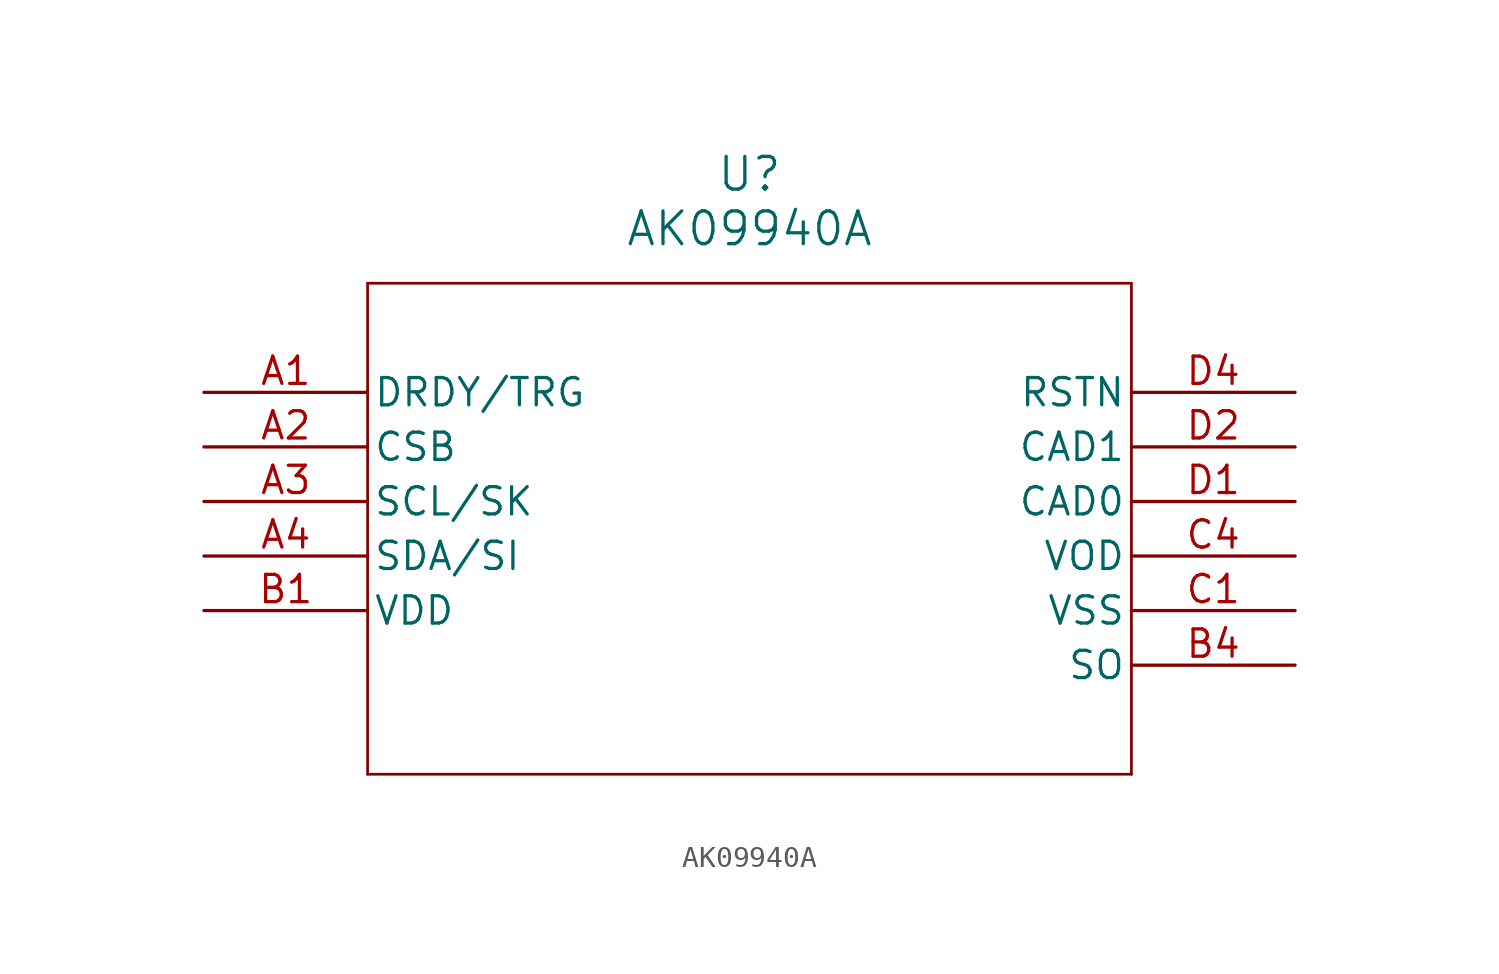
<source format=kicad_sym>
(kicad_symbol_lib
  (version 20211014)
  (generator kicad_symbol_editor)
  (symbol "AK09940A"
    (pin_names
      (offset 0.254))
    (property "Reference" "U"
      (at 25.4 10.16 0)
      (effects (font (size 1.524 1.524))))
    (property "Value" "AK09940A"
      (at 25.4 7.62 0)
      (effects (font (size 1.524 1.524))))
    (symbol "AK09940A_0_1"
      (polyline (pts (xy 7.62 5.08) (xy 7.62 -17.78)) (stroke (width 0.127) (type default) (color 0 0 0 0)) (fill (type none)))
      (polyline (pts (xy 7.62 -17.78) (xy 43.18 -17.78)) (stroke (width 0.127) (type default) (color 0 0 0 0)) (fill (type none)))
      (polyline (pts (xy 43.18 -17.78) (xy 43.18 5.08)) (stroke (width 0.127) (type default) (color 0 0 0 0)) (fill (type none)))
      (polyline (pts (xy 43.18 5.08) (xy 7.62 5.08)) (stroke (width 0.127) (type default) (color 0 0 0 0)) (fill (type none)))
      (pin bidirectional line (at 0 0 0) (length 7.62) (name "DRDY/TRG" (effects (font (size 1.27 1.27)))) (number "A1" (effects (font (size 1.27 1.27)))))
      (pin input line (at 0 -2.54 0) (length 7.62) (name "CSB" (effects (font (size 1.27 1.27)))) (number "A2" (effects (font (size 1.27 1.27)))))
      (pin input line (at 0 -5.08 0) (length 7.62) (name "SCL/SK" (effects (font (size 1.27 1.27)))) (number "A3" (effects (font (size 1.27 1.27)))))
      (pin bidirectional line (at 0 -7.62 0) (length 7.62) (name "SDA/SI" (effects (font (size 1.27 1.27)))) (number "A4" (effects (font (size 1.27 1.27)))))
      (pin power_in line (at 0 -10.16 0) (length 7.62) (name "VDD" (effects (font (size 1.27 1.27)))) (number "B1" (effects (font (size 1.27 1.27)))))
      (pin output line (at 50.8 -12.7 180) (length 7.62) (name "SO" (effects (font (size 1.27 1.27)))) (number "B4" (effects (font (size 1.27 1.27)))))
      (pin power_out line (at 50.8 -10.16 180) (length 7.62) (name "VSS" (effects (font (size 1.27 1.27)))) (number "C1" (effects (font (size 1.27 1.27)))))
      (pin power_in line (at 50.8 -7.62 180) (length 7.62) (name "VOD" (effects (font (size 1.27 1.27)))) (number "C4" (effects (font (size 1.27 1.27)))))
      (pin input line (at 50.8 -5.08 180) (length 7.62) (name "CAD0" (effects (font (size 1.27 1.27)))) (number "D1" (effects (font (size 1.27 1.27)))))
      (pin input line (at 50.8 -2.54 180) (length 7.62) (name "CAD1" (effects (font (size 1.27 1.27)))) (number "D2" (effects (font (size 1.27 1.27)))))
      (pin input line (at 50.8 0 180) (length 7.62) (name "RSTN" (effects (font (size 1.27 1.27)))) (number "D4" (effects (font (size 1.27 1.27))))))))
</source>
